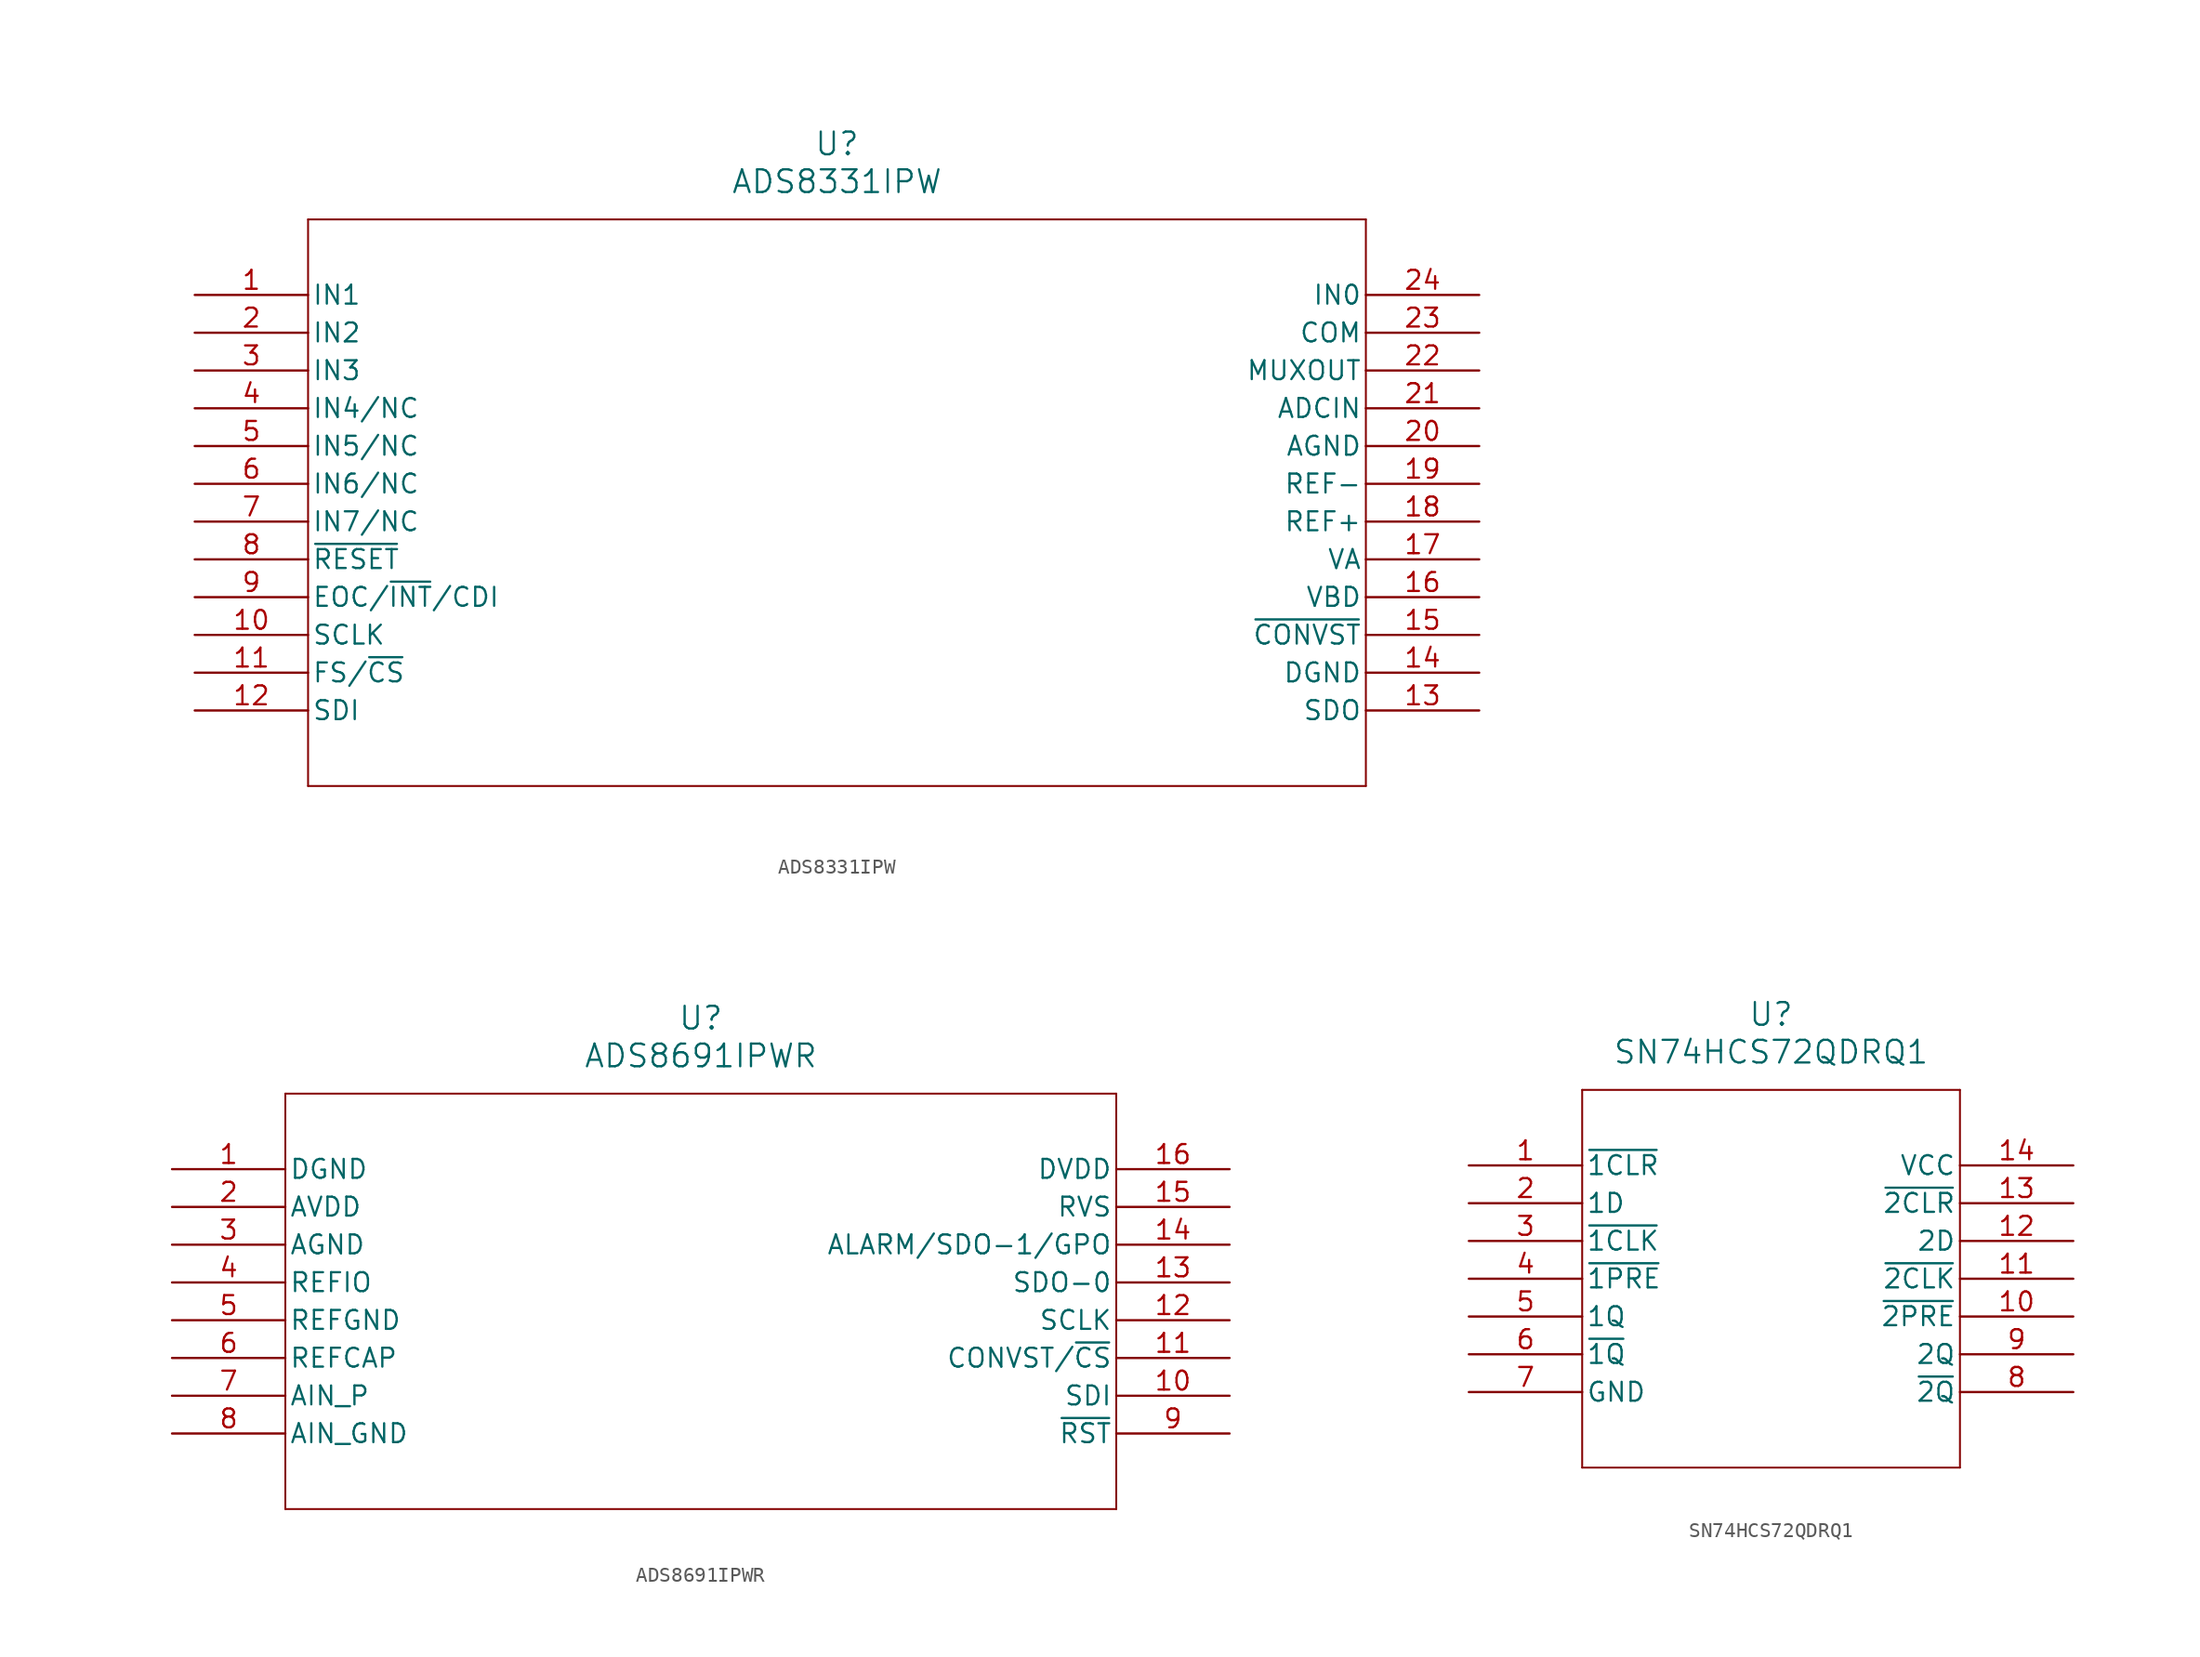
<source format=kicad_sym>
(kicad_symbol_lib
  (version 20241209)
  (generator "kicad_symbol_editor")
  (generator_version "9.0")
  (symbol "ADS8331IPW"
    (pin_names
      (offset 0.254))
    (property "Reference" "U"
      (at 43.18 10.16 0)
      (effects (font (size 1.524 1.524))))
    (property "Value" "ADS8331IPW"
      (at 43.18 7.62 0)
      (effects (font (size 1.524 1.524))))
    (property "ki_locked" ""
      (at 0 0 0)
      (effects (font (size 1.27 1.27))))
    (symbol "ADS8331IPW_0_1"
      (polyline (pts (xy 7.62 5.08) (xy 7.62 -33.02)) (stroke (width 0.127) (type default)) (fill (type none)))
      (polyline (pts (xy 7.62 -33.02) (xy 78.74 -33.02)) (stroke (width 0.127) (type default)) (fill (type none)))
      (polyline (pts (xy 78.74 5.08) (xy 7.62 5.08)) (stroke (width 0.127) (type default)) (fill (type none)))
      (polyline (pts (xy 78.74 -33.02) (xy 78.74 5.08)) (stroke (width 0.127) (type default)) (fill (type none)))
      (pin input line (at 0 0 0) (length 7.62) (name "IN1" (effects (font (size 1.27 1.27)))) (number "1" (effects (font (size 1.27 1.27)))))
      (pin input line (at 0 -2.54 0) (length 7.62) (name "IN2" (effects (font (size 1.27 1.27)))) (number "2" (effects (font (size 1.27 1.27)))))
      (pin input line (at 0 -5.08 0) (length 7.62) (name "IN3" (effects (font (size 1.27 1.27)))) (number "3" (effects (font (size 1.27 1.27)))))
      (pin input line (at 0 -7.62 0) (length 7.62) (name "IN4/NC" (effects (font (size 1.27 1.27)))) (number "4" (effects (font (size 1.27 1.27)))))
      (pin input line (at 0 -10.16 0) (length 7.62) (name "IN5/NC" (effects (font (size 1.27 1.27)))) (number "5" (effects (font (size 1.27 1.27)))))
      (pin input line (at 0 -12.7 0) (length 7.62) (name "IN6/NC" (effects (font (size 1.27 1.27)))) (number "6" (effects (font (size 1.27 1.27)))))
      (pin input line (at 0 -15.24 0) (length 7.62) (name "IN7/NC" (effects (font (size 1.27 1.27)))) (number "7" (effects (font (size 1.27 1.27)))))
      (pin bidirectional line (at 0 -20.32 0) (length 7.62) (name "EOC/~{INT}/CDI" (effects (font (size 1.27 1.27)))) (number "9" (effects (font (size 1.27 1.27)))))
      (pin input line (at 0 -22.86 0) (length 7.62) (name "SCLK" (effects (font (size 1.27 1.27)))) (number "10" (effects (font (size 1.27 1.27)))))
      (pin input line (at 0 -27.94 0) (length 7.62) (name "SDI" (effects (font (size 1.27 1.27)))) (number "12" (effects (font (size 1.27 1.27)))))
      (pin input line (at 86.36 0 180) (length 7.62) (name "IN0" (effects (font (size 1.27 1.27)))) (number "24" (effects (font (size 1.27 1.27)))))
      (pin input line (at 86.36 -2.54 180) (length 7.62) (name "COM" (effects (font (size 1.27 1.27)))) (number "23" (effects (font (size 1.27 1.27)))))
      (pin output line (at 86.36 -5.08 180) (length 7.62) (name "MUXOUT" (effects (font (size 1.27 1.27)))) (number "22" (effects (font (size 1.27 1.27)))))
      (pin input line (at 86.36 -7.62 180) (length 7.62) (name "ADCIN" (effects (font (size 1.27 1.27)))) (number "21" (effects (font (size 1.27 1.27)))))
      (pin power_in line (at 86.36 -10.16 180) (length 7.62) (name "AGND" (effects (font (size 1.27 1.27)))) (number "20" (effects (font (size 1.27 1.27)))))
      (pin input line (at 86.36 -12.7 180) (length 7.62) (name "REF-" (effects (font (size 1.27 1.27)))) (number "19" (effects (font (size 1.27 1.27)))))
      (pin input line (at 86.36 -15.24 180) (length 7.62) (name "REF+" (effects (font (size 1.27 1.27)))) (number "18" (effects (font (size 1.27 1.27)))))
      (pin power_in line (at 86.36 -17.78 180) (length 7.62) (name "VA" (effects (font (size 1.27 1.27)))) (number "17" (effects (font (size 1.27 1.27)))))
      (pin power_in line (at 86.36 -20.32 180) (length 7.62) (name "VBD" (effects (font (size 1.27 1.27)))) (number "16" (effects (font (size 1.27 1.27)))))
      (pin power_in line (at 86.36 -25.4 180) (length 7.62) (name "DGND" (effects (font (size 1.27 1.27)))) (number "14" (effects (font (size 1.27 1.27)))))
      (pin output line (at 86.36 -27.94 180) (length 7.62) (name "SDO" (effects (font (size 1.27 1.27)))) (number "13" (effects (font (size 1.27 1.27))))))
    (symbol "ADS8331IPW_1_1"
      (pin input line (at 0 -17.78 0) (length 7.62) (name "~{RESET}" (effects (font (size 1.27 1.27)))) (number "8" (effects (font (size 1.27 1.27)))))
      (pin input line (at 0 -25.4 0) (length 7.62) (name "FS/~{CS}" (effects (font (size 1.27 1.27)))) (number "11" (effects (font (size 1.27 1.27)))))
      (pin input line (at 86.36 -22.86 180) (length 7.62) (name "~{CONVST}" (effects (font (size 1.27 1.27)))) (number "15" (effects (font (size 1.27 1.27)))))))
  (symbol "ADS8691IPWR"
    (pin_names
      (offset 0.254))
    (property "Reference" "U"
      (at 35.56 10.16 0)
      (effects (font (size 1.524 1.524))))
    (property "Value" "ADS8691IPWR"
      (at 35.56 7.62 0)
      (effects (font (size 1.524 1.524))))
    (property "ki_locked" ""
      (at 0 0 0)
      (effects (font (size 1.27 1.27))))
    (symbol "ADS8691IPWR_0_1"
      (polyline (pts (xy 7.62 5.08) (xy 7.62 -22.86)) (stroke (width 0.127) (type default)) (fill (type none)))
      (polyline (pts (xy 7.62 -22.86) (xy 63.5 -22.86)) (stroke (width 0.127) (type default)) (fill (type none)))
      (polyline (pts (xy 63.5 5.08) (xy 7.62 5.08)) (stroke (width 0.127) (type default)) (fill (type none)))
      (polyline (pts (xy 63.5 -22.86) (xy 63.5 5.08)) (stroke (width 0.127) (type default)) (fill (type none)))
      (pin power_in line (at 0 0 0) (length 7.62) (name "DGND" (effects (font (size 1.27 1.27)))) (number "1" (effects (font (size 1.27 1.27)))))
      (pin power_in line (at 0 -2.54 0) (length 7.62) (name "AVDD" (effects (font (size 1.27 1.27)))) (number "2" (effects (font (size 1.27 1.27)))))
      (pin power_in line (at 0 -5.08 0) (length 7.62) (name "AGND" (effects (font (size 1.27 1.27)))) (number "3" (effects (font (size 1.27 1.27)))))
      (pin bidirectional line (at 0 -7.62 0) (length 7.62) (name "REFIO" (effects (font (size 1.27 1.27)))) (number "4" (effects (font (size 1.27 1.27)))))
      (pin power_in line (at 0 -10.16 0) (length 7.62) (name "REFGND" (effects (font (size 1.27 1.27)))) (number "5" (effects (font (size 1.27 1.27)))))
      (pin output line (at 0 -12.7 0) (length 7.62) (name "REFCAP" (effects (font (size 1.27 1.27)))) (number "6" (effects (font (size 1.27 1.27)))))
      (pin input line (at 0 -15.24 0) (length 7.62) (name "AIN_P" (effects (font (size 1.27 1.27)))) (number "7" (effects (font (size 1.27 1.27)))))
      (pin input line (at 0 -17.78 0) (length 7.62) (name "AIN_GND" (effects (font (size 1.27 1.27)))) (number "8" (effects (font (size 1.27 1.27)))))
      (pin power_in line (at 71.12 0 180) (length 7.62) (name "DVDD" (effects (font (size 1.27 1.27)))) (number "16" (effects (font (size 1.27 1.27)))))
      (pin output line (at 71.12 -2.54 180) (length 7.62) (name "RVS" (effects (font (size 1.27 1.27)))) (number "15" (effects (font (size 1.27 1.27)))))
      (pin output line (at 71.12 -5.08 180) (length 7.62) (name "ALARM/SDO-1/GPO" (effects (font (size 1.27 1.27)))) (number "14" (effects (font (size 1.27 1.27)))))
      (pin output line (at 71.12 -7.62 180) (length 7.62) (name "SDO-0" (effects (font (size 1.27 1.27)))) (number "13" (effects (font (size 1.27 1.27)))))
      (pin input line (at 71.12 -10.16 180) (length 7.62) (name "SCLK" (effects (font (size 1.27 1.27)))) (number "12" (effects (font (size 1.27 1.27)))))
      (pin input line (at 71.12 -12.7 180) (length 7.62) (name "CONVST/~{CS}" (effects (font (size 1.27 1.27)))) (number "11" (effects (font (size 1.27 1.27)))))
      (pin input line (at 71.12 -15.24 180) (length 7.62) (name "SDI" (effects (font (size 1.27 1.27)))) (number "10" (effects (font (size 1.27 1.27))))))
    (symbol "ADS8691IPWR_1_1"
      (pin input line (at 71.12 -17.78 180) (length 7.62) (name "~{RST}" (effects (font (size 1.27 1.27)))) (number "9" (effects (font (size 1.27 1.27)))))))
  (symbol "SN74HCS72QDRQ1"
    (pin_names
      (offset 0.254))
    (property "Reference" "U"
      (at 20.32 10.16 0)
      (effects (font (size 1.524 1.524))))
    (property "Value" "SN74HCS72QDRQ1"
      (at 20.32 7.62 0)
      (effects (font (size 1.524 1.524))))
    (property "ki_locked" ""
      (at 0 0 0)
      (effects (font (size 1.27 1.27))))
    (symbol "SN74HCS72QDRQ1_0_1"
      (polyline (pts (xy 7.62 5.08) (xy 7.62 -20.32)) (stroke (width 0.127) (type default)) (fill (type none)))
      (polyline (pts (xy 7.62 -20.32) (xy 33.02 -20.32)) (stroke (width 0.127) (type default)) (fill (type none)))
      (polyline (pts (xy 33.02 5.08) (xy 7.62 5.08)) (stroke (width 0.127) (type default)) (fill (type none)))
      (polyline (pts (xy 33.02 -20.32) (xy 33.02 5.08)) (stroke (width 0.127) (type default)) (fill (type none)))
      (pin bidirectional line (at 0 0 0) (length 7.62) (name "~{1CLR}" (effects (font (size 1.27 1.27)))) (number "1" (effects (font (size 1.27 1.27)))))
      (pin bidirectional line (at 0 -2.54 0) (length 7.62) (name "1D" (effects (font (size 1.27 1.27)))) (number "2" (effects (font (size 1.27 1.27)))))
      (pin bidirectional line (at 0 -5.08 0) (length 7.62) (name "~{1CLK}" (effects (font (size 1.27 1.27)))) (number "3" (effects (font (size 1.27 1.27)))))
      (pin bidirectional line (at 0 -7.62 0) (length 7.62) (name "~{1PRE}" (effects (font (size 1.27 1.27)))) (number "4" (effects (font (size 1.27 1.27)))))
      (pin bidirectional line (at 0 -10.16 0) (length 7.62) (name "1Q" (effects (font (size 1.27 1.27)))) (number "5" (effects (font (size 1.27 1.27)))))
      (pin bidirectional line (at 0 -12.7 0) (length 7.62) (name "~{1Q}" (effects (font (size 1.27 1.27)))) (number "6" (effects (font (size 1.27 1.27)))))
      (pin power_out line (at 0 -15.24 0) (length 7.62) (name "GND" (effects (font (size 1.27 1.27)))) (number "7" (effects (font (size 1.27 1.27)))))
      (pin power_in line (at 40.64 0 180) (length 7.62) (name "VCC" (effects (font (size 1.27 1.27)))) (number "14" (effects (font (size 1.27 1.27)))))
      (pin bidirectional line (at 40.64 -2.54 180) (length 7.62) (name "~{2CLR}" (effects (font (size 1.27 1.27)))) (number "13" (effects (font (size 1.27 1.27)))))
      (pin bidirectional line (at 40.64 -5.08 180) (length 7.62) (name "2D" (effects (font (size 1.27 1.27)))) (number "12" (effects (font (size 1.27 1.27)))))
      (pin bidirectional line (at 40.64 -7.62 180) (length 7.62) (name "~{2CLK}" (effects (font (size 1.27 1.27)))) (number "11" (effects (font (size 1.27 1.27)))))
      (pin bidirectional line (at 40.64 -10.16 180) (length 7.62) (name "~{2PRE}" (effects (font (size 1.27 1.27)))) (number "10" (effects (font (size 1.27 1.27)))))
      (pin bidirectional line (at 40.64 -12.7 180) (length 7.62) (name "2Q" (effects (font (size 1.27 1.27)))) (number "9" (effects (font (size 1.27 1.27)))))
      (pin bidirectional line (at 40.64 -15.24 180) (length 7.62) (name "~{2Q}" (effects (font (size 1.27 1.27)))) (number "8" (effects (font (size 1.27 1.27))))))))
</source>
